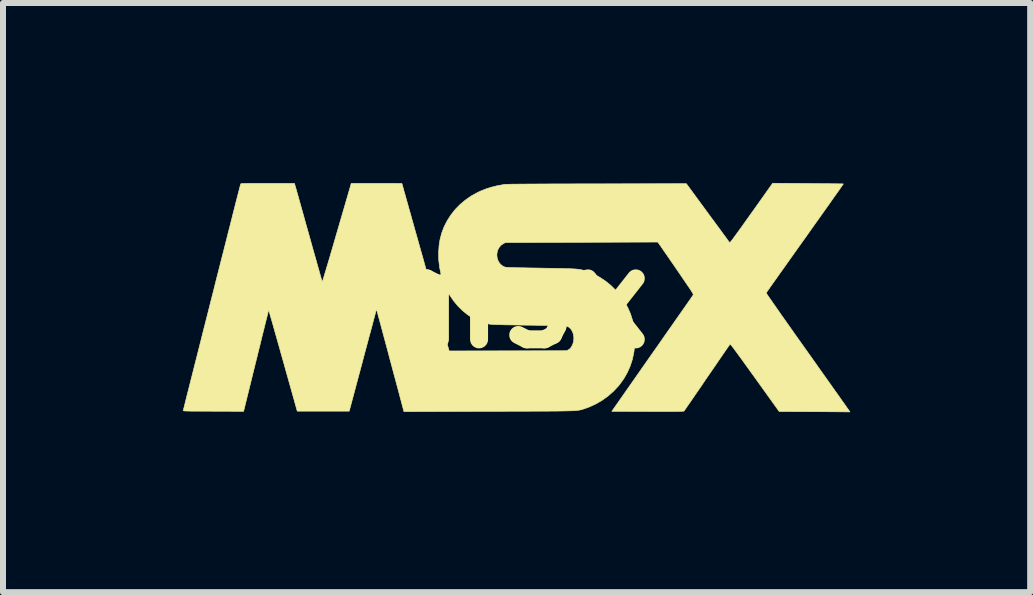
<source format=kicad_pcb>
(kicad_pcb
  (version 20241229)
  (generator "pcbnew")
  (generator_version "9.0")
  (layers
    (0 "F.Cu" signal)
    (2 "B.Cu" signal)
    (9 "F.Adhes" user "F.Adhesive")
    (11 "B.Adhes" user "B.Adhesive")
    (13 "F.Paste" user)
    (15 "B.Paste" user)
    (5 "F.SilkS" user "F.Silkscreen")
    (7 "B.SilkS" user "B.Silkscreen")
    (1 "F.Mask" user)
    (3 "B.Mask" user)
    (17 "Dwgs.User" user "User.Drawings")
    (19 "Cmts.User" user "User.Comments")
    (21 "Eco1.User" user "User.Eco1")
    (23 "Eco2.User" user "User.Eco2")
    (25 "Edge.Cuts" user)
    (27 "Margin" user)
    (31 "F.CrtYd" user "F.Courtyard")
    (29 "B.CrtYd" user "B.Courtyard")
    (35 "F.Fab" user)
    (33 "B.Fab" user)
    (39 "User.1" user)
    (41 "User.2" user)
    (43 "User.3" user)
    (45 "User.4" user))
  (footprint "msx"
    (layer "F.Cu")
    (at 5.517 1.918)
    (property "Reference" "msx" (at 0 0 0) (layer "F.SilkS") (effects (font (size 1.524 1.524) (thickness 0.3))))
    (attr through_hole)
    (fp_poly (pts (xy 4.902 -1.909) (xy 4.987 -1.908) (xy 5.069 -1.907) (xy 5.146 -1.906) (xy 5.217 -1.906) (xy 5.283 -1.905) (xy 5.341 -1.904) (xy 5.391 -1.904) (xy 5.432 -1.903) (xy 5.463 -1.903) (xy 5.483 -1.902) (xy 5.492 -1.902) (xy 5.492 -1.902) (xy 5.489 -1.896) (xy 5.478 -1.881) (xy 5.461 -1.857) (xy 5.438 -1.823) (xy 5.409 -1.782) (xy 5.374 -1.733) (xy 5.334 -1.677) (xy 5.29 -1.614) (xy 5.241 -1.544) (xy 5.188 -1.47) (xy 5.131 -1.39) (xy 5.071 -1.305) (xy 5.008 -1.217) (xy 4.943 -1.125) (xy 4.876 -1.03) (xy 4.852 -0.996) (xy 4.783 -0.9) (xy 4.717 -0.807) (xy 4.653 -0.717) (xy 4.592 -0.631) (xy 4.534 -0.549) (xy 4.479 -0.472) (xy 4.428 -0.401) (xy 4.382 -0.335) (xy 4.34 -0.276) (xy 4.303 -0.224) (xy 4.271 -0.179) (xy 4.246 -0.142) (xy 4.226 -0.114) (xy 4.213 -0.095) (xy 4.206 -0.086) (xy 4.206 -0.085) (xy 4.209 -0.079) (xy 4.219 -0.063) (xy 4.236 -0.038) (xy 4.259 -0.004) (xy 4.289 0.038) (xy 4.323 0.088) (xy 4.363 0.145) (xy 4.408 0.209) (xy 4.457 0.28) (xy 4.511 0.356) (xy 4.568 0.437) (xy 4.629 0.523) (xy 4.692 0.613) (xy 4.759 0.707) (xy 4.828 0.804) (xy 4.891 0.893) (xy 4.962 0.993) (xy 5.031 1.09) (xy 5.097 1.184) (xy 5.161 1.274) (xy 5.222 1.36) (xy 5.28 1.442) (xy 5.334 1.518) (xy 5.384 1.588) (xy 5.429 1.652) (xy 5.469 1.709) (xy 5.505 1.759) (xy 5.535 1.802) (xy 5.558 1.835) (xy 5.576 1.86) (xy 5.587 1.876) (xy 5.591 1.881) (xy 5.602 1.899) (xy 5.352 1.897) (xy 5.293 1.897) (xy 5.224 1.896) (xy 5.148 1.896) (xy 5.066 1.895) (xy 4.983 1.895) (xy 4.9 1.894) (xy 4.82 1.894) (xy 4.763 1.894) (xy 4.423 1.892) (xy 4.017 1.326) (xy 3.951 1.235) (xy 3.893 1.154) (xy 3.841 1.082) (xy 3.796 1.019) (xy 3.756 0.965) (xy 3.722 0.918) (xy 3.693 0.879) (xy 3.669 0.846) (xy 3.649 0.82) (xy 3.633 0.8) (xy 3.621 0.786) (xy 3.612 0.776) (xy 3.607 0.771) (xy 3.604 0.769) (xy 3.603 0.77) (xy 3.598 0.776) (xy 3.587 0.792) (xy 3.57 0.817) (xy 3.546 0.851) (xy 3.518 0.892) (xy 3.485 0.94) (xy 3.447 0.995) (xy 3.406 1.055) (xy 3.362 1.12) (xy 3.314 1.189) (xy 3.264 1.262) (xy 3.219 1.327) (xy 3.168 1.402) (xy 3.119 1.475) (xy 3.072 1.543) (xy 3.027 1.608) (xy 2.987 1.667) (xy 2.95 1.721) (xy 2.917 1.768) (xy 2.889 1.808) (xy 2.867 1.841) (xy 2.85 1.865) (xy 2.84 1.88) (xy 2.836 1.884) (xy 2.832 1.886) (xy 2.824 1.887) (xy 2.809 1.888) (xy 2.788 1.889) (xy 2.76 1.89) (xy 2.725 1.89) (xy 2.681 1.891) (xy 2.628 1.891) (xy 2.566 1.891) (xy 2.493 1.891) (xy 2.41 1.891) (xy 2.315 1.891) (xy 2.231 1.891) (xy 1.633 1.889) (xy 2.306 0.927) (xy 2.376 0.828) (xy 2.444 0.731) (xy 2.509 0.637) (xy 2.572 0.547) (xy 2.632 0.462) (xy 2.688 0.381) (xy 2.741 0.306) (xy 2.79 0.236) (xy 2.834 0.173) (xy 2.874 0.116) (xy 2.908 0.067) (xy 2.937 0.026) (xy 2.959 -0.007) (xy 2.976 -0.031) (xy 2.986 -0.045) (xy 2.989 -0.049) (xy 2.99 -0.052) (xy 2.991 -0.056) (xy 2.99 -0.061) (xy 2.987 -0.068) (xy 2.982 -0.079) (xy 2.974 -0.093) (xy 2.963 -0.111) (xy 2.948 -0.134) (xy 2.929 -0.163) (xy 2.905 -0.198) (xy 2.876 -0.24) (xy 2.842 -0.29) (xy 2.802 -0.349) (xy 2.756 -0.417) (xy 2.709 -0.485) (xy 2.664 -0.551) (xy 2.62 -0.614) (xy 2.58 -0.673) (xy 2.542 -0.728) (xy 2.507 -0.777) (xy 2.477 -0.821) (xy 2.452 -0.858) (xy 2.432 -0.886) (xy 2.417 -0.907) (xy 2.41 -0.918) (xy 2.408 -0.919) (xy 2.397 -0.933) (xy -0.143 -0.924) (xy -0.175 -0.907) (xy -0.214 -0.88) (xy -0.244 -0.846) (xy -0.266 -0.807) (xy -0.279 -0.764) (xy -0.284 -0.719) (xy -0.28 -0.675) (xy -0.268 -0.632) (xy -0.248 -0.593) (xy -0.22 -0.559) (xy -0.184 -0.531) (xy -0.151 -0.516) (xy -0.145 -0.515) (xy -0.134 -0.513) (xy -0.119 -0.512) (xy -0.099 -0.51) (xy -0.072 -0.509) (xy -0.039 -0.508) (xy 0.001 -0.507) (xy 0.05 -0.505) (xy 0.108 -0.504) (xy 0.176 -0.503) (xy 0.254 -0.501) (xy 0.343 -0.5) (xy 0.444 -0.498) (xy 0.447 -0.498) (xy 0.551 -0.496) (xy 0.643 -0.495) (xy 0.724 -0.493) (xy 0.795 -0.492) (xy 0.857 -0.49) (xy 0.911 -0.489) (xy 0.957 -0.487) (xy 0.997 -0.485) (xy 1.031 -0.483) (xy 1.06 -0.48) (xy 1.086 -0.477) (xy 1.108 -0.474) (xy 1.129 -0.469) (xy 1.148 -0.465) (xy 1.167 -0.459) (xy 1.187 -0.453) (xy 1.208 -0.446) (xy 1.214 -0.444) (xy 1.323 -0.402) (xy 1.427 -0.348) (xy 1.524 -0.284) (xy 1.615 -0.211) (xy 1.699 -0.129) (xy 1.775 -0.04) (xy 1.841 0.057) (xy 1.898 0.159) (xy 1.945 0.267) (xy 1.98 0.379) (xy 1.994 0.437) (xy 2.005 0.505) (xy 2.012 0.581) (xy 2.015 0.663) (xy 2.014 0.745) (xy 2.01 0.825) (xy 2.001 0.899) (xy 2 0.905) (xy 1.976 1.021) (xy 1.939 1.134) (xy 1.891 1.243) (xy 1.832 1.346) (xy 1.762 1.443) (xy 1.745 1.464) (xy 1.663 1.552) (xy 1.571 1.633) (xy 1.473 1.704) (xy 1.369 1.765) (xy 1.26 1.815) (xy 1.19 1.841) (xy 1.175 1.846) (xy 1.162 1.85) (xy 1.15 1.854) (xy 1.138 1.858) (xy 1.126 1.861) (xy 1.114 1.865) (xy 1.1 1.867) (xy 1.084 1.87) (xy 1.067 1.872) (xy 1.046 1.875) (xy 1.023 1.876) (xy 0.995 1.878) (xy 0.964 1.88) (xy 0.927 1.881) (xy 0.886 1.882) (xy 0.838 1.883) (xy 0.784 1.884) (xy 0.723 1.885) (xy 0.655 1.885) (xy 0.579 1.886) (xy 0.494 1.886) (xy 0.4 1.887) (xy 0.297 1.887) (xy 0.184 1.888) (xy 0.061 1.888) (xy -0.074 1.888) (xy -0.22 1.889) (xy -0.378 1.889) (xy -0.417 1.889) (xy -1.833 1.894) (xy -1.838 1.875) (xy -1.841 1.862) (xy -1.848 1.838) (xy -1.857 1.804) (xy -1.868 1.761) (xy -1.882 1.709) (xy -1.898 1.65) (xy -1.915 1.584) (xy -1.934 1.513) (xy -1.955 1.436) (xy -1.976 1.356) (xy -1.999 1.272) (xy -2.022 1.186) (xy -2.045 1.099) (xy -2.069 1.011) (xy -2.092 0.923) (xy -2.115 0.836) (xy -2.138 0.751) (xy -2.16 0.669) (xy -2.181 0.591) (xy -2.201 0.517) (xy -2.219 0.449) (xy -2.236 0.386) (xy -2.251 0.331) (xy -2.264 0.284) (xy -2.274 0.246) (xy -2.282 0.217) (xy -2.287 0.199) (xy -2.289 0.192) (xy -2.289 0.192) (xy -2.292 0.195) (xy -2.296 0.208) (xy -2.297 0.211) (xy -2.3 0.219) (xy -2.305 0.239) (xy -2.313 0.27) (xy -2.324 0.311) (xy -2.338 0.362) (xy -2.353 0.421) (xy -2.371 0.488) (xy -2.391 0.562) (xy -2.413 0.642) (xy -2.436 0.728) (xy -2.46 0.819) (xy -2.486 0.914) (xy -2.512 1.013) (xy -2.524 1.059) (xy -2.745 1.886) (xy -3.611 1.886) (xy -3.621 1.853) (xy -3.624 1.842) (xy -3.63 1.821) (xy -3.639 1.789) (xy -3.651 1.746) (xy -3.665 1.695) (xy -3.682 1.635) (xy -3.701 1.567) (xy -3.722 1.492) (xy -3.745 1.411) (xy -3.769 1.325) (xy -3.795 1.234) (xy -3.821 1.139) (xy -3.849 1.04) (xy -3.858 1.008) (xy -3.886 0.91) (xy -3.912 0.815) (xy -3.938 0.724) (xy -3.962 0.638) (xy -3.985 0.558) (xy -4.006 0.483) (xy -4.025 0.416) (xy -4.042 0.357) (xy -4.057 0.306) (xy -4.069 0.264) (xy -4.078 0.232) (xy -4.084 0.211) (xy -4.087 0.2) (xy -4.088 0.2) (xy -4.09 0.206) (xy -4.094 0.224) (xy -4.102 0.253) (xy -4.111 0.292) (xy -4.123 0.34) (xy -4.138 0.398) (xy -4.154 0.463) (xy -4.172 0.536) (xy -4.192 0.615) (xy -4.213 0.701) (xy -4.235 0.792) (xy -4.259 0.887) (xy -4.283 0.986) (xy -4.298 1.045) (xy -4.506 1.889) (xy -4.558 1.889) (xy -4.573 1.889) (xy -4.6 1.889) (xy -4.637 1.889) (xy -4.683 1.889) (xy -4.737 1.888) (xy -4.798 1.888) (xy -4.865 1.888) (xy -4.936 1.888) (xy -5.01 1.888) (xy -5.061 1.887) (xy -5.148 1.887) (xy -5.223 1.887) (xy -5.286 1.886) (xy -5.34 1.886) (xy -5.385 1.886) (xy -5.421 1.885) (xy -5.449 1.884) (xy -5.471 1.884) (xy -5.488 1.883) (xy -5.499 1.881) (xy -5.506 1.88) (xy -5.51 1.878) (xy -5.512 1.876) (xy -5.512 1.875) (xy -5.51 1.868) (xy -5.506 1.85) (xy -5.498 1.82) (xy -5.488 1.78) (xy -5.476 1.73) (xy -5.461 1.671) (xy -5.444 1.602) (xy -5.424 1.526) (xy -5.403 1.441) (xy -5.38 1.35) (xy -5.355 1.252) (xy -5.329 1.148) (xy -5.301 1.038) (xy -5.272 0.924) (xy -5.242 0.805) (xy -5.211 0.683) (xy -5.18 0.558) (xy -5.147 0.43) (xy -5.114 0.3) (xy -5.081 0.169) (xy -5.048 0.037) (xy -5.014 -0.095) (xy -4.981 -0.227) (xy -4.948 -0.358) (xy -4.915 -0.487) (xy -4.883 -0.614) (xy -4.851 -0.739) (xy -4.82 -0.86) (xy -4.79 -0.978) (xy -4.762 -1.091) (xy -4.734 -1.199) (xy -4.708 -1.302) (xy -4.684 -1.398) (xy -4.661 -1.488) (xy -4.64 -1.571) (xy -4.621 -1.645) (xy -4.604 -1.712) (xy -4.589 -1.769) (xy -4.577 -1.817) (xy -4.567 -1.854) (xy -4.56 -1.881) (xy -4.556 -1.897) (xy -4.555 -1.9) (xy -4.554 -1.902) (xy -4.551 -1.904) (xy -4.546 -1.906) (xy -4.537 -1.907) (xy -4.524 -1.908) (xy -4.506 -1.909) (xy -4.482 -1.91) (xy -4.451 -1.91) (xy -4.412 -1.911) (xy -4.364 -1.911) (xy -4.307 -1.911) (xy -4.24 -1.911) (xy -4.161 -1.911) (xy -4.105 -1.911) (xy -3.658 -1.911) (xy -3.646 -1.868) (xy -3.642 -1.857) (xy -3.636 -1.834) (xy -3.626 -1.801) (xy -3.614 -1.757) (xy -3.599 -1.705) (xy -3.582 -1.644) (xy -3.563 -1.575) (xy -3.542 -1.5) (xy -3.519 -1.419) (xy -3.495 -1.333) (xy -3.47 -1.242) (xy -3.443 -1.148) (xy -3.416 -1.051) (xy -3.389 -0.955) (xy -3.363 -0.861) (xy -3.338 -0.772) (xy -3.314 -0.688) (xy -3.292 -0.61) (xy -3.272 -0.537) (xy -3.253 -0.472) (xy -3.237 -0.414) (xy -3.223 -0.365) (xy -3.212 -0.326) (xy -3.203 -0.296) (xy -3.197 -0.277) (xy -3.195 -0.269) (xy -3.195 -0.269) (xy -3.193 -0.274) (xy -3.187 -0.29) (xy -3.178 -0.318) (xy -3.167 -0.355) (xy -3.153 -0.402) (xy -3.136 -0.457) (xy -3.117 -0.521) (xy -3.096 -0.591) (xy -3.073 -0.668) (xy -3.049 -0.751) (xy -3.023 -0.839) (xy -2.996 -0.932) (xy -2.968 -1.028) (xy -2.963 -1.047) (xy -2.934 -1.144) (xy -2.907 -1.239) (xy -2.88 -1.33) (xy -2.855 -1.417) (xy -2.831 -1.498) (xy -2.809 -1.574) (xy -2.789 -1.643) (xy -2.771 -1.704) (xy -2.756 -1.757) (xy -2.743 -1.801) (xy -2.733 -1.835) (xy -2.726 -1.859) (xy -2.723 -1.871) (xy -2.723 -1.872) (xy -2.711 -1.911) (xy -2.289 -1.911) (xy -2.217 -1.911) (xy -2.149 -1.911) (xy -2.086 -1.911) (xy -2.029 -1.911) (xy -1.978 -1.911) (xy -1.936 -1.91) (xy -1.903 -1.91) (xy -1.88 -1.909) (xy -1.868 -1.909) (xy -1.867 -1.909) (xy -1.865 -1.903) (xy -1.86 -1.885) (xy -1.852 -1.856) (xy -1.841 -1.817) (xy -1.828 -1.768) (xy -1.811 -1.711) (xy -1.793 -1.645) (xy -1.772 -1.572) (xy -1.75 -1.492) (xy -1.725 -1.406) (xy -1.7 -1.314) (xy -1.672 -1.217) (xy -1.644 -1.116) (xy -1.614 -1.011) (xy -1.584 -0.903) (xy -1.553 -0.793) (xy -1.521 -0.682) (xy -1.49 -0.569) (xy -1.458 -0.456) (xy -1.426 -0.344) (xy -1.395 -0.233) (xy -1.364 -0.123) (xy -1.334 -0.016) (xy -1.304 0.088) (xy -1.276 0.189) (xy -1.249 0.285) (xy -1.223 0.376) (xy -1.199 0.461) (xy -1.177 0.54) (xy -1.156 0.612) (xy -1.138 0.676) (xy -1.122 0.732) (xy -1.109 0.778) (xy -1.098 0.816) (xy -1.091 0.842) (xy -1.086 0.858) (xy -1.085 0.862) (xy -1.078 0.883) (xy -0.099 0.881) (xy 0.879 0.879) (xy 0.906 0.865) (xy 0.927 0.852) (xy 0.945 0.835) (xy 0.949 0.83) (xy 0.974 0.788) (xy 0.991 0.743) (xy 0.999 0.695) (xy 0.999 0.647) (xy 0.991 0.601) (xy 0.976 0.558) (xy 0.953 0.521) (xy 0.924 0.491) (xy 0.895 0.474) (xy 0.89 0.472) (xy 0.884 0.47) (xy 0.877 0.468) (xy 0.868 0.467) (xy 0.855 0.465) (xy 0.839 0.464) (xy 0.818 0.463) (xy 0.792 0.462) (xy 0.759 0.461) (xy 0.72 0.46) (xy 0.672 0.459) (xy 0.617 0.458) (xy 0.552 0.457) (xy 0.477 0.456) (xy 0.391 0.455) (xy 0.293 0.453) (xy 0.26 0.453) (xy 0.155 0.452) (xy 0.061 0.45) (xy -0.021 0.449) (xy -0.093 0.448) (xy -0.155 0.447) (xy -0.209 0.445) (xy -0.254 0.444) (xy -0.293 0.443) (xy -0.325 0.442) (xy -0.351 0.44) (xy -0.372 0.439) (xy -0.39 0.437) (xy -0.404 0.435) (xy -0.409 0.435) (xy -0.503 0.413) (xy -0.595 0.379) (xy -0.685 0.334) (xy -0.771 0.279) (xy -0.852 0.213) (xy -0.928 0.139) (xy -0.999 0.055) (xy -1.062 -0.036) (xy -1.117 -0.134) (xy -1.13 -0.16) (xy -1.177 -0.274) (xy -1.214 -0.393) (xy -1.239 -0.514) (xy -1.253 -0.638) (xy -1.255 -0.762) (xy -1.246 -0.884) (xy -1.232 -0.973) (xy -1.203 -1.083) (xy -1.163 -1.188) (xy -1.111 -1.29) (xy -1.049 -1.386) (xy -0.978 -1.476) (xy -0.897 -1.559) (xy -0.807 -1.634) (xy -0.709 -1.702) (xy -0.604 -1.76) (xy -0.559 -1.781) (xy -0.47 -1.817) (xy -0.376 -1.847) (xy -0.275 -1.872) (xy -0.164 -1.892) (xy -0.156 -1.893) (xy -0.147 -1.894) (xy -0.132 -1.895) (xy -0.11 -1.896) (xy -0.082 -1.896) (xy -0.047 -1.897) (xy -0.004 -1.898) (xy 0.046 -1.898) (xy 0.105 -1.899) (xy 0.172 -1.899) (xy 0.248 -1.9) (xy 0.334 -1.9) (xy 0.43 -1.901) (xy 0.535 -1.901) (xy 0.651 -1.902) (xy 0.778 -1.902) (xy 0.916 -1.902) (xy 1.066 -1.903) (xy 1.227 -1.903) (xy 1.385 -1.903) (xy 2.875 -1.906) (xy 3.233 -1.418) (xy 3.284 -1.348) (xy 3.334 -1.281) (xy 3.38 -1.218) (xy 3.424 -1.159) (xy 3.464 -1.104) (xy 3.499 -1.056) (xy 3.53 -1.014) (xy 3.556 -0.978) (xy 3.576 -0.951) (xy 3.59 -0.933) (xy 3.597 -0.923) (xy 3.597 -0.922) (xy 3.6 -0.923) (xy 3.606 -0.929) (xy 3.616 -0.941) (xy 3.63 -0.958) (xy 3.649 -0.982) (xy 3.672 -1.014) (xy 3.7 -1.052) (xy 3.734 -1.099) (xy 3.774 -1.154) (xy 3.819 -1.217) (xy 3.871 -1.29) (xy 3.93 -1.373) (xy 3.959 -1.413) (xy 4.314 -1.913) (xy 4.902 -1.909)) (stroke (width 0.01) (type solid)) (fill yes) (layer "F.SilkS")))
  (gr_rect
    (start -3 -3)
    (end 14.124 6.822)
    (stroke (width 0.1) (type default))
    (fill no)
    (layer "Edge.Cuts")))
</source>
